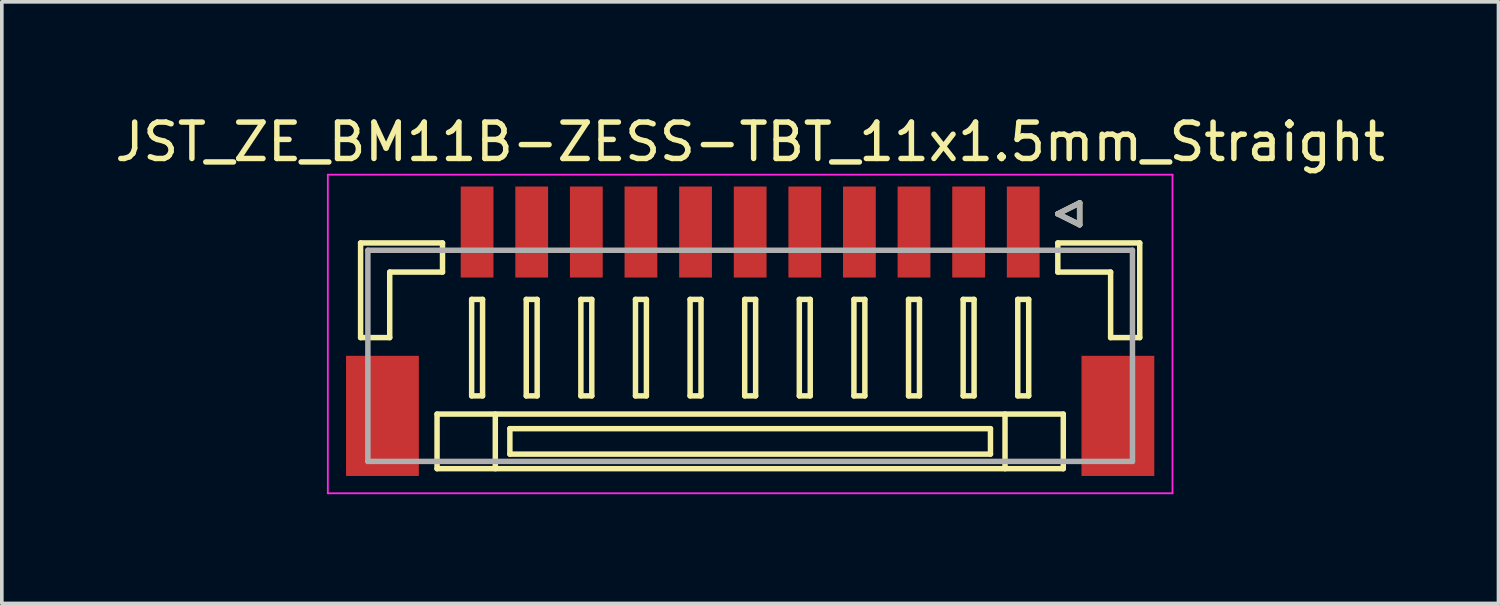
<source format=kicad_pcb>
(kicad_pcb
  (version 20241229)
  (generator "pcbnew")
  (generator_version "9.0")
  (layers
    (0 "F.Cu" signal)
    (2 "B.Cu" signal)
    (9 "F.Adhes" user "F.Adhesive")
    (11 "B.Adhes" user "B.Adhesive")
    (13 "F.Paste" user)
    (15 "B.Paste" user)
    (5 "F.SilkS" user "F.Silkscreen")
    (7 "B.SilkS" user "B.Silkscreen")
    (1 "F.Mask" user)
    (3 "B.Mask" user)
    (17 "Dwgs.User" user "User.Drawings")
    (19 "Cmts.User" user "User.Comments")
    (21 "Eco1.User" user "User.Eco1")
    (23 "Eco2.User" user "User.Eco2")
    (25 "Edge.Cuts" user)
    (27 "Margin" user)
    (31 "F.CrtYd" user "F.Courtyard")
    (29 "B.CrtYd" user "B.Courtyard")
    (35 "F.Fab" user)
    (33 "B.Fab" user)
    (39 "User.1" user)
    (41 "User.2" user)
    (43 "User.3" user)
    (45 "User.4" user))
  (footprint "JST_ZE_BM11B-ZESS-TBT_11x1.5mm_Straight"
    (layer "F.Cu")
    (at 17.554 5.848)
    (property "Reference" "JST_ZE_BM11B-ZESS-TBT_11x1.5mm_Straight" (at 0 -5 0) (layer "F.SilkS") (effects (font (size 1 1) (thickness 0.15))))
    (attr smd)
    (fp_line (start -10.7 -2.225) (end -10.7 0.375) (stroke (width 0.15) (type solid)) (layer "F.SilkS"))
    (fp_line (start -10.7 0.375) (end -9.9 0.375) (stroke (width 0.15) (type solid)) (layer "F.SilkS"))
    (fp_line (start -9.9 -1.425) (end -8.45 -1.425) (stroke (width 0.15) (type solid)) (layer "F.SilkS"))
    (fp_line (start -9.9 0.375) (end -9.9 -1.425) (stroke (width 0.15) (type solid)) (layer "F.SilkS"))
    (fp_line (start -8.6 2.475) (end -8.6 3.975) (stroke (width 0.15) (type solid)) (layer "F.SilkS"))
    (fp_line (start -8.6 3.975) (end 8.6 3.975) (stroke (width 0.15) (type solid)) (layer "F.SilkS"))
    (fp_line (start -8.45 -2.225) (end -10.7 -2.225) (stroke (width 0.15) (type solid)) (layer "F.SilkS"))
    (fp_line (start -8.45 -1.425) (end -8.45 -2.225) (stroke (width 0.15) (type solid)) (layer "F.SilkS"))
    (fp_line (start -7.65 -0.675) (end -7.65 1.975) (stroke (width 0.15) (type solid)) (layer "F.SilkS"))
    (fp_line (start -7.65 1.975) (end -7.35 1.975) (stroke (width 0.15) (type solid)) (layer "F.SilkS"))
    (fp_line (start -7.35 -0.675) (end -7.65 -0.675) (stroke (width 0.15) (type solid)) (layer "F.SilkS"))
    (fp_line (start -7.35 1.975) (end -7.35 -0.675) (stroke (width 0.15) (type solid)) (layer "F.SilkS"))
    (fp_line (start -7 2.475) (end -7 3.975) (stroke (width 0.15) (type solid)) (layer "F.SilkS"))
    (fp_line (start -6.6 2.875) (end -6.6 3.575) (stroke (width 0.15) (type solid)) (layer "F.SilkS"))
    (fp_line (start -6.6 3.575) (end 6.6 3.575) (stroke (width 0.15) (type solid)) (layer "F.SilkS"))
    (fp_line (start -6.15 -0.675) (end -6.15 1.975) (stroke (width 0.15) (type solid)) (layer "F.SilkS"))
    (fp_line (start -6.15 1.975) (end -5.85 1.975) (stroke (width 0.15) (type solid)) (layer "F.SilkS"))
    (fp_line (start -5.85 -0.675) (end -6.15 -0.675) (stroke (width 0.15) (type solid)) (layer "F.SilkS"))
    (fp_line (start -5.85 1.975) (end -5.85 -0.675) (stroke (width 0.15) (type solid)) (layer "F.SilkS"))
    (fp_line (start -4.65 -0.675) (end -4.65 1.975) (stroke (width 0.15) (type solid)) (layer "F.SilkS"))
    (fp_line (start -4.65 1.975) (end -4.35 1.975) (stroke (width 0.15) (type solid)) (layer "F.SilkS"))
    (fp_line (start -4.35 -0.675) (end -4.65 -0.675) (stroke (width 0.15) (type solid)) (layer "F.SilkS"))
    (fp_line (start -4.35 1.975) (end -4.35 -0.675) (stroke (width 0.15) (type solid)) (layer "F.SilkS"))
    (fp_line (start -3.15 -0.675) (end -3.15 1.975) (stroke (width 0.15) (type solid)) (layer "F.SilkS"))
    (fp_line (start -3.15 1.975) (end -2.85 1.975) (stroke (width 0.15) (type solid)) (layer "F.SilkS"))
    (fp_line (start -2.85 -0.675) (end -3.15 -0.675) (stroke (width 0.15) (type solid)) (layer "F.SilkS"))
    (fp_line (start -2.85 1.975) (end -2.85 -0.675) (stroke (width 0.15) (type solid)) (layer "F.SilkS"))
    (fp_line (start -1.65 -0.675) (end -1.65 1.975) (stroke (width 0.15) (type solid)) (layer "F.SilkS"))
    (fp_line (start -1.65 1.975) (end -1.35 1.975) (stroke (width 0.15) (type solid)) (layer "F.SilkS"))
    (fp_line (start -1.35 -0.675) (end -1.65 -0.675) (stroke (width 0.15) (type solid)) (layer "F.SilkS"))
    (fp_line (start -1.35 1.975) (end -1.35 -0.675) (stroke (width 0.15) (type solid)) (layer "F.SilkS"))
    (fp_line (start -0.15 -0.675) (end -0.15 1.975) (stroke (width 0.15) (type solid)) (layer "F.SilkS"))
    (fp_line (start -0.15 1.975) (end 0.15 1.975) (stroke (width 0.15) (type solid)) (layer "F.SilkS"))
    (fp_line (start 0.15 -0.675) (end -0.15 -0.675) (stroke (width 0.15) (type solid)) (layer "F.SilkS"))
    (fp_line (start 0.15 1.975) (end 0.15 -0.675) (stroke (width 0.15) (type solid)) (layer "F.SilkS"))
    (fp_line (start 1.35 -0.675) (end 1.35 1.975) (stroke (width 0.15) (type solid)) (layer "F.SilkS"))
    (fp_line (start 1.35 1.975) (end 1.65 1.975) (stroke (width 0.15) (type solid)) (layer "F.SilkS"))
    (fp_line (start 1.65 -0.675) (end 1.35 -0.675) (stroke (width 0.15) (type solid)) (layer "F.SilkS"))
    (fp_line (start 1.65 1.975) (end 1.65 -0.675) (stroke (width 0.15) (type solid)) (layer "F.SilkS"))
    (fp_line (start 2.85 -0.675) (end 2.85 1.975) (stroke (width 0.15) (type solid)) (layer "F.SilkS"))
    (fp_line (start 2.85 1.975) (end 3.15 1.975) (stroke (width 0.15) (type solid)) (layer "F.SilkS"))
    (fp_line (start 3.15 -0.675) (end 2.85 -0.675) (stroke (width 0.15) (type solid)) (layer "F.SilkS"))
    (fp_line (start 3.15 1.975) (end 3.15 -0.675) (stroke (width 0.15) (type solid)) (layer "F.SilkS"))
    (fp_line (start 4.35 -0.675) (end 4.35 1.975) (stroke (width 0.15) (type solid)) (layer "F.SilkS"))
    (fp_line (start 4.35 1.975) (end 4.65 1.975) (stroke (width 0.15) (type solid)) (layer "F.SilkS"))
    (fp_line (start 4.65 -0.675) (end 4.35 -0.675) (stroke (width 0.15) (type solid)) (layer "F.SilkS"))
    (fp_line (start 4.65 1.975) (end 4.65 -0.675) (stroke (width 0.15) (type solid)) (layer "F.SilkS"))
    (fp_line (start 5.85 -0.675) (end 5.85 1.975) (stroke (width 0.15) (type solid)) (layer "F.SilkS"))
    (fp_line (start 5.85 1.975) (end 6.15 1.975) (stroke (width 0.15) (type solid)) (layer "F.SilkS"))
    (fp_line (start 6.15 -0.675) (end 5.85 -0.675) (stroke (width 0.15) (type solid)) (layer "F.SilkS"))
    (fp_line (start 6.15 1.975) (end 6.15 -0.675) (stroke (width 0.15) (type solid)) (layer "F.SilkS"))
    (fp_line (start 6.6 2.875) (end -6.6 2.875) (stroke (width 0.15) (type solid)) (layer "F.SilkS"))
    (fp_line (start 6.6 3.575) (end 6.6 2.875) (stroke (width 0.15) (type solid)) (layer "F.SilkS"))
    (fp_line (start 7 2.475) (end 7 3.975) (stroke (width 0.15) (type solid)) (layer "F.SilkS"))
    (fp_line (start 7.35 -0.675) (end 7.35 1.975) (stroke (width 0.15) (type solid)) (layer "F.SilkS"))
    (fp_line (start 7.35 1.975) (end 7.65 1.975) (stroke (width 0.15) (type solid)) (layer "F.SilkS"))
    (fp_line (start 7.65 -0.675) (end 7.35 -0.675) (stroke (width 0.15) (type solid)) (layer "F.SilkS"))
    (fp_line (start 7.65 1.975) (end 7.65 -0.675) (stroke (width 0.15) (type solid)) (layer "F.SilkS"))
    (fp_line (start 8.45 -3.025) (end 9.05 -3.325) (stroke (width 0.15) (type solid)) (layer "F.SilkS"))
    (fp_line (start 8.45 -2.225) (end 10.7 -2.225) (stroke (width 0.15) (type solid)) (layer "F.SilkS"))
    (fp_line (start 8.45 -1.425) (end 8.45 -2.225) (stroke (width 0.15) (type solid)) (layer "F.SilkS"))
    (fp_line (start 8.6 2.475) (end -8.6 2.475) (stroke (width 0.15) (type solid)) (layer "F.SilkS"))
    (fp_line (start 8.6 3.975) (end 8.6 2.475) (stroke (width 0.15) (type solid)) (layer "F.SilkS"))
    (fp_line (start 9.05 -3.325) (end 9.05 -2.725) (stroke (width 0.15) (type solid)) (layer "F.SilkS"))
    (fp_line (start 9.05 -2.725) (end 8.45 -3.025) (stroke (width 0.15) (type solid)) (layer "F.SilkS"))
    (fp_line (start 9.9 -1.425) (end 8.45 -1.425) (stroke (width 0.15) (type solid)) (layer "F.SilkS"))
    (fp_line (start 9.9 0.375) (end 9.9 -1.425) (stroke (width 0.15) (type solid)) (layer "F.SilkS"))
    (fp_line (start 10.7 -2.225) (end 10.7 0.375) (stroke (width 0.15) (type solid)) (layer "F.SilkS"))
    (fp_line (start 10.7 0.375) (end 9.9 0.375) (stroke (width 0.15) (type solid)) (layer "F.SilkS"))
    (fp_line (start -11.6 -4.1) (end -11.6 4.65) (stroke (width 0.05) (type solid)) (layer "F.CrtYd"))
    (fp_line (start -11.6 4.65) (end 11.6 4.65) (stroke (width 0.05) (type solid)) (layer "F.CrtYd"))
    (fp_line (start 11.6 -4.1) (end -11.6 -4.1) (stroke (width 0.05) (type solid)) (layer "F.CrtYd"))
    (fp_line (start 11.6 4.65) (end 11.6 -4.1) (stroke (width 0.05) (type solid)) (layer "F.CrtYd"))
    (fp_line (start -10.5 -2.025) (end -10.5 3.775) (stroke (width 0.15) (type solid)) (layer "F.Fab"))
    (fp_line (start -10.5 3.775) (end 10.5 3.775) (stroke (width 0.15) (type solid)) (layer "F.Fab"))
    (fp_line (start 8.45 -3.025) (end 9.05 -3.325) (stroke (width 0.15) (type solid)) (layer "F.Fab"))
    (fp_line (start 9.05 -3.325) (end 9.05 -2.725) (stroke (width 0.15) (type solid)) (layer "F.Fab"))
    (fp_line (start 9.05 -2.725) (end 8.45 -3.025) (stroke (width 0.15) (type solid)) (layer "F.Fab"))
    (fp_line (start 10.5 -2.025) (end -10.5 -2.025) (stroke (width 0.15) (type solid)) (layer "F.Fab"))
    (fp_line (start 10.5 3.775) (end 10.5 -2.025) (stroke (width 0.15) (type solid)) (layer "F.Fab"))
    (pad "" smd rect (at -10.1 2.525) (size 2 3.3) (layers "F.Cu" "F.Mask" "F.Paste"))
    (pad "" smd rect (at 10.1 2.525) (size 2 3.3) (layers "F.Cu" "F.Mask" "F.Paste"))
    (pad "1" smd rect (at 7.5 -2.525) (size 0.9 2.5) (layers "F.Cu" "F.Mask" "F.Paste"))
    (pad "2" smd rect (at 6 -2.525) (size 0.9 2.5) (layers "F.Cu" "F.Mask" "F.Paste"))
    (pad "3" smd rect (at 4.5 -2.525) (size 0.9 2.5) (layers "F.Cu" "F.Mask" "F.Paste"))
    (pad "4" smd rect (at 3 -2.525) (size 0.9 2.5) (layers "F.Cu" "F.Mask" "F.Paste"))
    (pad "5" smd rect (at 1.5 -2.525) (size 0.9 2.5) (layers "F.Cu" "F.Mask" "F.Paste"))
    (pad "6" smd rect (at 0 -2.525) (size 0.9 2.5) (layers "F.Cu" "F.Mask" "F.Paste"))
    (pad "7" smd rect (at -1.5 -2.525) (size 0.9 2.5) (layers "F.Cu" "F.Mask" "F.Paste"))
    (pad "8" smd rect (at -3 -2.525) (size 0.9 2.5) (layers "F.Cu" "F.Mask" "F.Paste"))
    (pad "9" smd rect (at -4.5 -2.525) (size 0.9 2.5) (layers "F.Cu" "F.Mask" "F.Paste"))
    (pad "10" smd rect (at -6 -2.525) (size 0.9 2.5) (layers "F.Cu" "F.Mask" "F.Paste"))
    (pad "11" smd rect (at -7.5 -2.525) (size 0.9 2.5) (layers "F.Cu" "F.Mask" "F.Paste")))
  (gr_rect
    (start -3 -3)
    (end 38.107 13.523)
    (stroke (width 0.1) (type default))
    (fill no)
    (layer "Edge.Cuts")))
</source>
